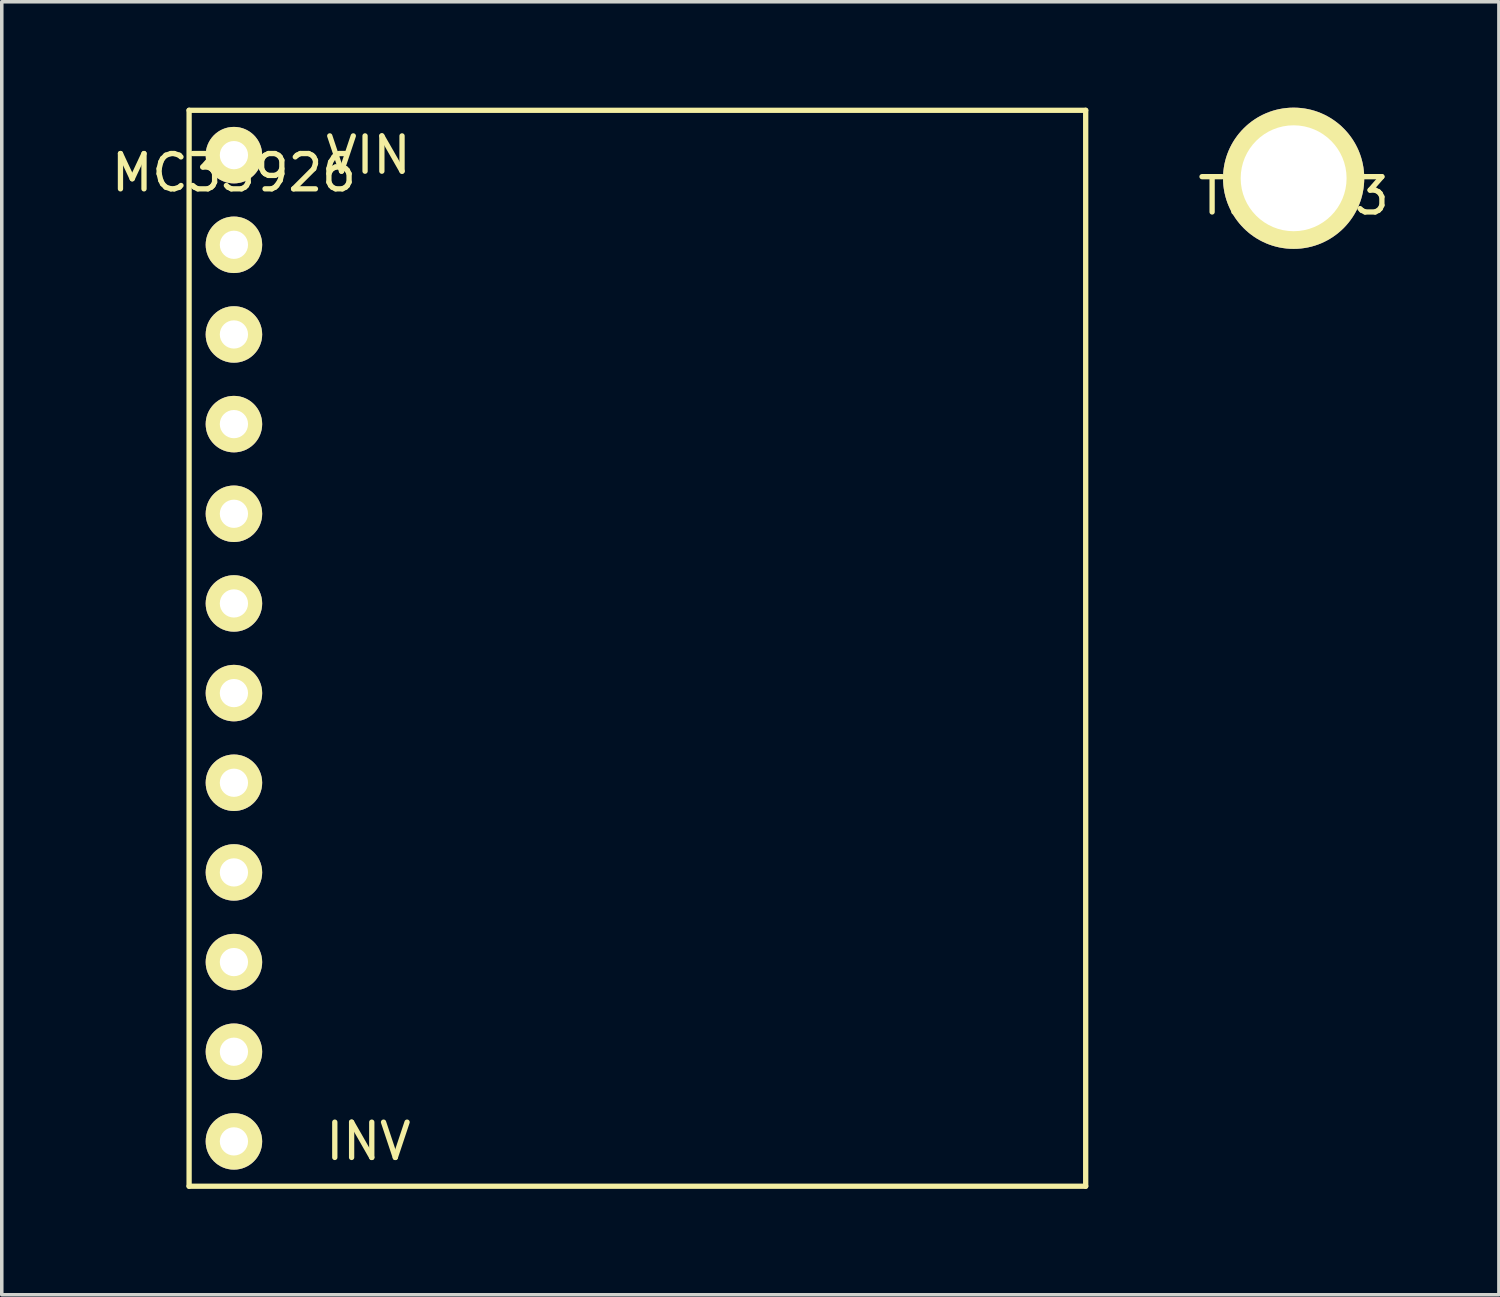
<source format=kicad_pcb>
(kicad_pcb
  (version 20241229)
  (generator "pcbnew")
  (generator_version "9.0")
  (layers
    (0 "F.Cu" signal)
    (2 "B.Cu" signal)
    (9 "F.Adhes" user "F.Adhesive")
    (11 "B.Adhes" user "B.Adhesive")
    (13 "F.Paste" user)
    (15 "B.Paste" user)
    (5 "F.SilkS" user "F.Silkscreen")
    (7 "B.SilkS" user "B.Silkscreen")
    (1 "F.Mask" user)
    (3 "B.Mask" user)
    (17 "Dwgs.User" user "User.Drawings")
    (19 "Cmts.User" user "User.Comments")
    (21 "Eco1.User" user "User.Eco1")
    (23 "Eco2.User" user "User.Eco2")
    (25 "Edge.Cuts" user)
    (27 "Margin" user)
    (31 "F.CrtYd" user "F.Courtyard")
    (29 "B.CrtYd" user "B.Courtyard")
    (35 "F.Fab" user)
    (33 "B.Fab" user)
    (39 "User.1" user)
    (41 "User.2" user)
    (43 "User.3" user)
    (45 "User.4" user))
  (footprint "Trou-3"
    (layer "F.Cu")
    (at 33.598 2)
    (property "Reference" "Trou-3" (at 0 0.5 0) (layer "F.SilkS") (effects (font (size 1 1) (thickness 0.15))))
    (attr through_hole)
    (pad "1" thru_hole circle (at 0 0) (size 4 4) (drill 3) (layers "*.Cu" "*.Mask" "F.SilkS")))
  (footprint "MC33926"
    (layer "F.Cu")
    (at 3.577 1.345)
    (property "Reference" "MC33926" (at 0 0.5 0) (layer "F.SilkS") (effects (font (size 1 1) (thickness 0.15))))
    (attr through_hole)
    (fp_line (start -1.27 -1.27) (end 24.13 -1.27) (stroke (width 0.15) (type solid)) (layer "F.SilkS"))
    (fp_line (start -1.27 29.21) (end -1.27 -1.27) (stroke (width 0.15) (type solid)) (layer "F.SilkS"))
    (fp_line (start 24.13 -1.27) (end 24.13 29.21) (stroke (width 0.15) (type solid)) (layer "F.SilkS"))
    (fp_line (start 24.13 29.21) (end -1.27 29.21) (stroke (width 0.15) (type solid)) (layer "F.SilkS"))
    (fp_text user "INV" (at 3.81 27.94 0) (layer "F.SilkS") (effects (font (size 1 1) (thickness 0.15))))
    (fp_text user "VIN" (at 3.81 0 0) (layer "F.SilkS") (effects (font (size 1 1) (thickness 0.15))))
    (pad "1" thru_hole circle (at 0 0) (size 1.6 1.6) (drill 0.8) (layers "*.Cu" "*.Mask" "F.SilkS"))
    (pad "2" thru_hole circle (at 0 2.54) (size 1.6 1.6) (drill 0.8) (layers "*.Cu" "*.Mask" "F.SilkS"))
    (pad "3" thru_hole circle (at 0 5.08) (size 1.6 1.6) (drill 0.8) (layers "*.Cu" "*.Mask" "F.SilkS"))
    (pad "4" thru_hole circle (at 0 7.62) (size 1.6 1.6) (drill 0.8) (layers "*.Cu" "*.Mask" "F.SilkS"))
    (pad "5" thru_hole circle (at 0 10.16) (size 1.6 1.6) (drill 0.8) (layers "*.Cu" "*.Mask" "F.SilkS"))
    (pad "6" thru_hole circle (at 0 12.7) (size 1.6 1.6) (drill 0.8) (layers "*.Cu" "*.Mask" "F.SilkS"))
    (pad "7" thru_hole circle (at 0 15.24) (size 1.6 1.6) (drill 0.8) (layers "*.Cu" "*.Mask" "F.SilkS"))
    (pad "8" thru_hole circle (at 0 17.78) (size 1.6 1.6) (drill 0.8) (layers "*.Cu" "*.Mask" "F.SilkS"))
    (pad "9" thru_hole circle (at 0 20.32) (size 1.6 1.6) (drill 0.8) (layers "*.Cu" "*.Mask" "F.SilkS"))
    (pad "10" thru_hole circle (at 0 22.86) (size 1.6 1.6) (drill 0.8) (layers "*.Cu" "*.Mask" "F.SilkS"))
    (pad "11" thru_hole circle (at 0 25.4) (size 1.6 1.6) (drill 0.8) (layers "*.Cu" "*.Mask" "F.SilkS"))
    (pad "12" thru_hole circle (at 0 27.94) (size 1.6 1.6) (drill 0.8) (layers "*.Cu" "*.Mask" "F.SilkS")))
  (gr_rect
    (start -3 -3)
    (end 39.413 33.63)
    (stroke (width 0.1) (type default))
    (fill no)
    (layer "Edge.Cuts")))
</source>
